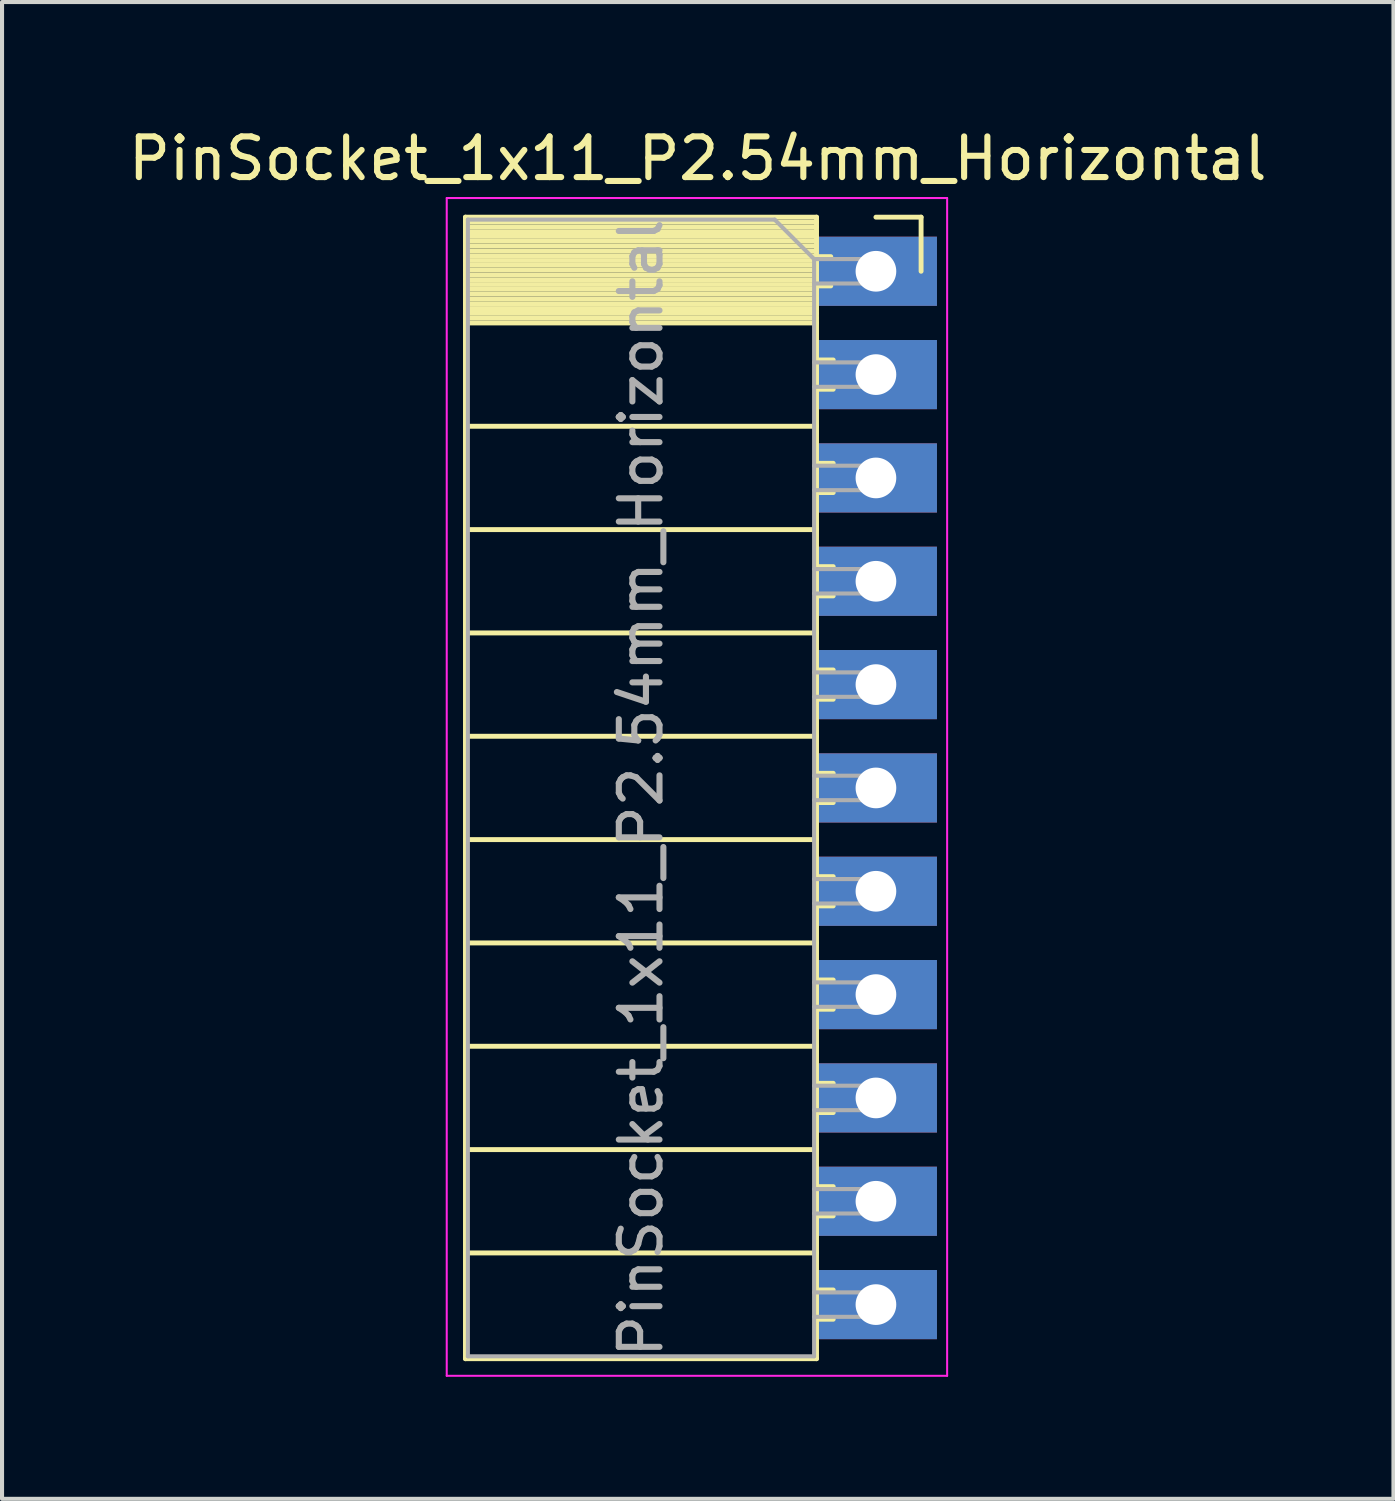
<source format=kicad_pcb>
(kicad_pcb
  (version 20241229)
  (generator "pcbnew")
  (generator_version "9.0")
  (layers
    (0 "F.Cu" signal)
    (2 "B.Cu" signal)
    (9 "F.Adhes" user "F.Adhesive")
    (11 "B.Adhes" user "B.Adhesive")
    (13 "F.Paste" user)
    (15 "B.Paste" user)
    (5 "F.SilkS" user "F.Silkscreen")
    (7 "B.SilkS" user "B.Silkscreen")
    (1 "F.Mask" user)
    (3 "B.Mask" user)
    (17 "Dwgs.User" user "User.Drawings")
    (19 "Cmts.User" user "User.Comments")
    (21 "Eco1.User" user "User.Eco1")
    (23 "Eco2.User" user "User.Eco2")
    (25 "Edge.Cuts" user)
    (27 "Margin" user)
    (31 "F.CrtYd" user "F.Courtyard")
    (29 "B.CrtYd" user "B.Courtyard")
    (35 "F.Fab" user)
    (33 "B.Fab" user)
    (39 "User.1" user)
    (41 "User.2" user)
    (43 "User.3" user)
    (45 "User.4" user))
  (footprint "PinSocket_1x11_P2.54mm_Horizontal"
    (layer "F.Cu")
    (at 18.481 3.618)
    (property "Reference" "PinSocket_1x11_P2.54mm_Horizontal" (at -4.38 -2.77 180) (layer "F.SilkS") (effects (font (size 1 1) (thickness 0.15))))
    (attr through_hole)
    (fp_line (start -10.09 -1.33) (end -10.09 26.73) (stroke (width 0.12) (type solid)) (layer "F.SilkS"))
    (fp_line (start -10.09 -1.33) (end -1.46 -1.33) (stroke (width 0.12) (type solid)) (layer "F.SilkS"))
    (fp_line (start -10.09 -1.21) (end -1.46 -1.21) (stroke (width 0.12) (type solid)) (layer "F.SilkS"))
    (fp_line (start -10.09 -1.092) (end -1.46 -1.092) (stroke (width 0.12) (type solid)) (layer "F.SilkS"))
    (fp_line (start -10.09 -0.974) (end -1.46 -0.974) (stroke (width 0.12) (type solid)) (layer "F.SilkS"))
    (fp_line (start -10.09 -0.856) (end -1.46 -0.856) (stroke (width 0.12) (type solid)) (layer "F.SilkS"))
    (fp_line (start -10.09 -0.738) (end -1.46 -0.738) (stroke (width 0.12) (type solid)) (layer "F.SilkS"))
    (fp_line (start -10.09 -0.62) (end -1.46 -0.62) (stroke (width 0.12) (type solid)) (layer "F.SilkS"))
    (fp_line (start -10.09 -0.501) (end -1.46 -0.501) (stroke (width 0.12) (type solid)) (layer "F.SilkS"))
    (fp_line (start -10.09 -0.383) (end -1.46 -0.383) (stroke (width 0.12) (type solid)) (layer "F.SilkS"))
    (fp_line (start -10.09 -0.265) (end -1.46 -0.265) (stroke (width 0.12) (type solid)) (layer "F.SilkS"))
    (fp_line (start -10.09 -0.147) (end -1.46 -0.147) (stroke (width 0.12) (type solid)) (layer "F.SilkS"))
    (fp_line (start -10.09 -0.029) (end -1.46 -0.029) (stroke (width 0.12) (type solid)) (layer "F.SilkS"))
    (fp_line (start -10.09 0.089) (end -1.46 0.089) (stroke (width 0.12) (type solid)) (layer "F.SilkS"))
    (fp_line (start -10.09 0.207) (end -1.46 0.207) (stroke (width 0.12) (type solid)) (layer "F.SilkS"))
    (fp_line (start -10.09 0.325) (end -1.46 0.325) (stroke (width 0.12) (type solid)) (layer "F.SilkS"))
    (fp_line (start -10.09 0.443) (end -1.46 0.443) (stroke (width 0.12) (type solid)) (layer "F.SilkS"))
    (fp_line (start -10.09 0.561) (end -1.46 0.561) (stroke (width 0.12) (type solid)) (layer "F.SilkS"))
    (fp_line (start -10.09 0.68) (end -1.46 0.68) (stroke (width 0.12) (type solid)) (layer "F.SilkS"))
    (fp_line (start -10.09 0.798) (end -1.46 0.798) (stroke (width 0.12) (type solid)) (layer "F.SilkS"))
    (fp_line (start -10.09 0.916) (end -1.46 0.916) (stroke (width 0.12) (type solid)) (layer "F.SilkS"))
    (fp_line (start -10.09 1.034) (end -1.46 1.034) (stroke (width 0.12) (type solid)) (layer "F.SilkS"))
    (fp_line (start -10.09 1.152) (end -1.46 1.152) (stroke (width 0.12) (type solid)) (layer "F.SilkS"))
    (fp_line (start -10.09 1.27) (end -1.46 1.27) (stroke (width 0.12) (type solid)) (layer "F.SilkS"))
    (fp_line (start -10.09 3.81) (end -1.46 3.81) (stroke (width 0.12) (type solid)) (layer "F.SilkS"))
    (fp_line (start -10.09 6.35) (end -1.46 6.35) (stroke (width 0.12) (type solid)) (layer "F.SilkS"))
    (fp_line (start -10.09 8.89) (end -1.46 8.89) (stroke (width 0.12) (type solid)) (layer "F.SilkS"))
    (fp_line (start -10.09 11.43) (end -1.46 11.43) (stroke (width 0.12) (type solid)) (layer "F.SilkS"))
    (fp_line (start -10.09 13.97) (end -1.46 13.97) (stroke (width 0.12) (type solid)) (layer "F.SilkS"))
    (fp_line (start -10.09 16.51) (end -1.46 16.51) (stroke (width 0.12) (type solid)) (layer "F.SilkS"))
    (fp_line (start -10.09 19.05) (end -1.46 19.05) (stroke (width 0.12) (type solid)) (layer "F.SilkS"))
    (fp_line (start -10.09 21.59) (end -1.46 21.59) (stroke (width 0.12) (type solid)) (layer "F.SilkS"))
    (fp_line (start -10.09 24.13) (end -1.46 24.13) (stroke (width 0.12) (type solid)) (layer "F.SilkS"))
    (fp_line (start -10.09 26.73) (end -1.46 26.73) (stroke (width 0.12) (type solid)) (layer "F.SilkS"))
    (fp_line (start -1.46 -1.33) (end -1.46 26.73) (stroke (width 0.12) (type solid)) (layer "F.SilkS"))
    (fp_line (start -1.46 -0.36) (end -1.11 -0.36) (stroke (width 0.12) (type solid)) (layer "F.SilkS"))
    (fp_line (start -1.46 0.36) (end -1.11 0.36) (stroke (width 0.12) (type solid)) (layer "F.SilkS"))
    (fp_line (start -1.46 2.18) (end -1.05 2.18) (stroke (width 0.12) (type solid)) (layer "F.SilkS"))
    (fp_line (start -1.46 2.9) (end -1.05 2.9) (stroke (width 0.12) (type solid)) (layer "F.SilkS"))
    (fp_line (start -1.46 4.72) (end -1.05 4.72) (stroke (width 0.12) (type solid)) (layer "F.SilkS"))
    (fp_line (start -1.46 5.44) (end -1.05 5.44) (stroke (width 0.12) (type solid)) (layer "F.SilkS"))
    (fp_line (start -1.46 7.26) (end -1.05 7.26) (stroke (width 0.12) (type solid)) (layer "F.SilkS"))
    (fp_line (start -1.46 7.98) (end -1.05 7.98) (stroke (width 0.12) (type solid)) (layer "F.SilkS"))
    (fp_line (start -1.46 9.8) (end -1.05 9.8) (stroke (width 0.12) (type solid)) (layer "F.SilkS"))
    (fp_line (start -1.46 10.52) (end -1.05 10.52) (stroke (width 0.12) (type solid)) (layer "F.SilkS"))
    (fp_line (start -1.46 12.34) (end -1.05 12.34) (stroke (width 0.12) (type solid)) (layer "F.SilkS"))
    (fp_line (start -1.46 13.06) (end -1.05 13.06) (stroke (width 0.12) (type solid)) (layer "F.SilkS"))
    (fp_line (start -1.46 14.88) (end -1.05 14.88) (stroke (width 0.12) (type solid)) (layer "F.SilkS"))
    (fp_line (start -1.46 15.6) (end -1.05 15.6) (stroke (width 0.12) (type solid)) (layer "F.SilkS"))
    (fp_line (start -1.46 17.42) (end -1.05 17.42) (stroke (width 0.12) (type solid)) (layer "F.SilkS"))
    (fp_line (start -1.46 18.14) (end -1.05 18.14) (stroke (width 0.12) (type solid)) (layer "F.SilkS"))
    (fp_line (start -1.46 19.96) (end -1.05 19.96) (stroke (width 0.12) (type solid)) (layer "F.SilkS"))
    (fp_line (start -1.46 20.68) (end -1.05 20.68) (stroke (width 0.12) (type solid)) (layer "F.SilkS"))
    (fp_line (start -1.46 22.5) (end -1.05 22.5) (stroke (width 0.12) (type solid)) (layer "F.SilkS"))
    (fp_line (start -1.46 23.22) (end -1.05 23.22) (stroke (width 0.12) (type solid)) (layer "F.SilkS"))
    (fp_line (start -1.46 25.04) (end -1.05 25.04) (stroke (width 0.12) (type solid)) (layer "F.SilkS"))
    (fp_line (start -1.46 25.76) (end -1.05 25.76) (stroke (width 0.12) (type solid)) (layer "F.SilkS"))
    (fp_line (start 0 -1.33) (end 1.11 -1.33) (stroke (width 0.12) (type solid)) (layer "F.SilkS"))
    (fp_line (start 1.11 -1.33) (end 1.11 0) (stroke (width 0.12) (type solid)) (layer "F.SilkS"))
    (fp_line (start -10.55 -1.8) (end -10.55 27.15) (stroke (width 0.05) (type solid)) (layer "F.CrtYd"))
    (fp_line (start -10.55 27.15) (end 1.75 27.15) (stroke (width 0.05) (type solid)) (layer "F.CrtYd"))
    (fp_line (start 1.75 -1.8) (end -10.55 -1.8) (stroke (width 0.05) (type solid)) (layer "F.CrtYd"))
    (fp_line (start 1.75 27.15) (end 1.75 -1.8) (stroke (width 0.05) (type solid)) (layer "F.CrtYd"))
    (fp_line (start -10.03 -1.27) (end -2.49 -1.27) (stroke (width 0.1) (type solid)) (layer "F.Fab"))
    (fp_line (start -10.03 26.67) (end -10.03 -1.27) (stroke (width 0.1) (type solid)) (layer "F.Fab"))
    (fp_line (start -2.49 -1.27) (end -1.52 -0.3) (stroke (width 0.1) (type solid)) (layer "F.Fab"))
    (fp_line (start -1.52 -0.3) (end -1.52 26.67) (stroke (width 0.1) (type solid)) (layer "F.Fab"))
    (fp_line (start -1.52 0.3) (end 0 0.3) (stroke (width 0.1) (type solid)) (layer "F.Fab"))
    (fp_line (start -1.52 2.84) (end 0 2.84) (stroke (width 0.1) (type solid)) (layer "F.Fab"))
    (fp_line (start -1.52 5.38) (end 0 5.38) (stroke (width 0.1) (type solid)) (layer "F.Fab"))
    (fp_line (start -1.52 7.92) (end 0 7.92) (stroke (width 0.1) (type solid)) (layer "F.Fab"))
    (fp_line (start -1.52 10.46) (end 0 10.46) (stroke (width 0.1) (type solid)) (layer "F.Fab"))
    (fp_line (start -1.52 13) (end 0 13) (stroke (width 0.1) (type solid)) (layer "F.Fab"))
    (fp_line (start -1.52 15.54) (end 0 15.54) (stroke (width 0.1) (type solid)) (layer "F.Fab"))
    (fp_line (start -1.52 18.08) (end 0 18.08) (stroke (width 0.1) (type solid)) (layer "F.Fab"))
    (fp_line (start -1.52 20.62) (end 0 20.62) (stroke (width 0.1) (type solid)) (layer "F.Fab"))
    (fp_line (start -1.52 23.16) (end 0 23.16) (stroke (width 0.1) (type solid)) (layer "F.Fab"))
    (fp_line (start -1.52 25.7) (end 0 25.7) (stroke (width 0.1) (type solid)) (layer "F.Fab"))
    (fp_line (start -1.52 26.67) (end -10.03 26.67) (stroke (width 0.1) (type solid)) (layer "F.Fab"))
    (fp_line (start 0 -0.3) (end -1.52 -0.3) (stroke (width 0.1) (type solid)) (layer "F.Fab"))
    (fp_line (start 0 0.3) (end 0 -0.3) (stroke (width 0.1) (type solid)) (layer "F.Fab"))
    (fp_line (start 0 2.24) (end -1.52 2.24) (stroke (width 0.1) (type solid)) (layer "F.Fab"))
    (fp_line (start 0 2.84) (end 0 2.24) (stroke (width 0.1) (type solid)) (layer "F.Fab"))
    (fp_line (start 0 4.78) (end -1.52 4.78) (stroke (width 0.1) (type solid)) (layer "F.Fab"))
    (fp_line (start 0 5.38) (end 0 4.78) (stroke (width 0.1) (type solid)) (layer "F.Fab"))
    (fp_line (start 0 7.32) (end -1.52 7.32) (stroke (width 0.1) (type solid)) (layer "F.Fab"))
    (fp_line (start 0 7.92) (end 0 7.32) (stroke (width 0.1) (type solid)) (layer "F.Fab"))
    (fp_line (start 0 9.86) (end -1.52 9.86) (stroke (width 0.1) (type solid)) (layer "F.Fab"))
    (fp_line (start 0 10.46) (end 0 9.86) (stroke (width 0.1) (type solid)) (layer "F.Fab"))
    (fp_line (start 0 12.4) (end -1.52 12.4) (stroke (width 0.1) (type solid)) (layer "F.Fab"))
    (fp_line (start 0 13) (end 0 12.4) (stroke (width 0.1) (type solid)) (layer "F.Fab"))
    (fp_line (start 0 14.94) (end -1.52 14.94) (stroke (width 0.1) (type solid)) (layer "F.Fab"))
    (fp_line (start 0 15.54) (end 0 14.94) (stroke (width 0.1) (type solid)) (layer "F.Fab"))
    (fp_line (start 0 17.48) (end -1.52 17.48) (stroke (width 0.1) (type solid)) (layer "F.Fab"))
    (fp_line (start 0 18.08) (end 0 17.48) (stroke (width 0.1) (type solid)) (layer "F.Fab"))
    (fp_line (start 0 20.02) (end -1.52 20.02) (stroke (width 0.1) (type solid)) (layer "F.Fab"))
    (fp_line (start 0 20.62) (end 0 20.02) (stroke (width 0.1) (type solid)) (layer "F.Fab"))
    (fp_line (start 0 22.56) (end -1.52 22.56) (stroke (width 0.1) (type solid)) (layer "F.Fab"))
    (fp_line (start 0 23.16) (end 0 22.56) (stroke (width 0.1) (type solid)) (layer "F.Fab"))
    (fp_line (start 0 25.1) (end -1.52 25.1) (stroke (width 0.1) (type solid)) (layer "F.Fab"))
    (fp_line (start 0 25.7) (end 0 25.1) (stroke (width 0.1) (type solid)) (layer "F.Fab"))
    (fp_text user "${REFERENCE}" (at -5.775 12.7 90) (layer "F.Fab") (effects (font (size 1 1) (thickness 0.15))))
    (pad "1" thru_hole rect (at 0 0) (size 3 1.7) (drill 1) (layers "*.Cu" "*.Mask"))
    (pad "2" thru_hole rect (at 0 2.54) (size 3 1.7) (drill 1) (layers "*.Cu" "*.Mask"))
    (pad "3" thru_hole rect (at 0 5.08) (size 3 1.7) (drill 1) (layers "*.Cu" "*.Mask"))
    (pad "4" thru_hole rect (at 0 7.62) (size 3 1.7) (drill 1) (layers "*.Cu" "*.Mask"))
    (pad "5" thru_hole rect (at 0 10.16) (size 3 1.7) (drill 1) (layers "*.Cu" "*.Mask"))
    (pad "6" thru_hole rect (at 0 12.7) (size 3 1.7) (drill 1) (layers "*.Cu" "*.Mask"))
    (pad "7" thru_hole rect (at 0 15.24) (size 3 1.7) (drill 1) (layers "*.Cu" "*.Mask"))
    (pad "8" thru_hole rect (at 0 17.78) (size 3 1.7) (drill 1) (layers "*.Cu" "*.Mask"))
    (pad "9" thru_hole rect (at 0 20.32) (size 3 1.7) (drill 1) (layers "*.Cu" "*.Mask"))
    (pad "10" thru_hole rect (at 0 22.86) (size 3 1.7) (drill 1) (layers "*.Cu" "*.Mask"))
    (pad "11" thru_hole rect (at 0 25.4) (size 3 1.7) (drill 1) (layers "*.Cu" "*.Mask")))
  (gr_rect
    (start -3 -3)
    (end 31.202 33.793)
    (stroke (width 0.1) (type default))
    (fill no)
    (layer "Edge.Cuts")))
</source>
